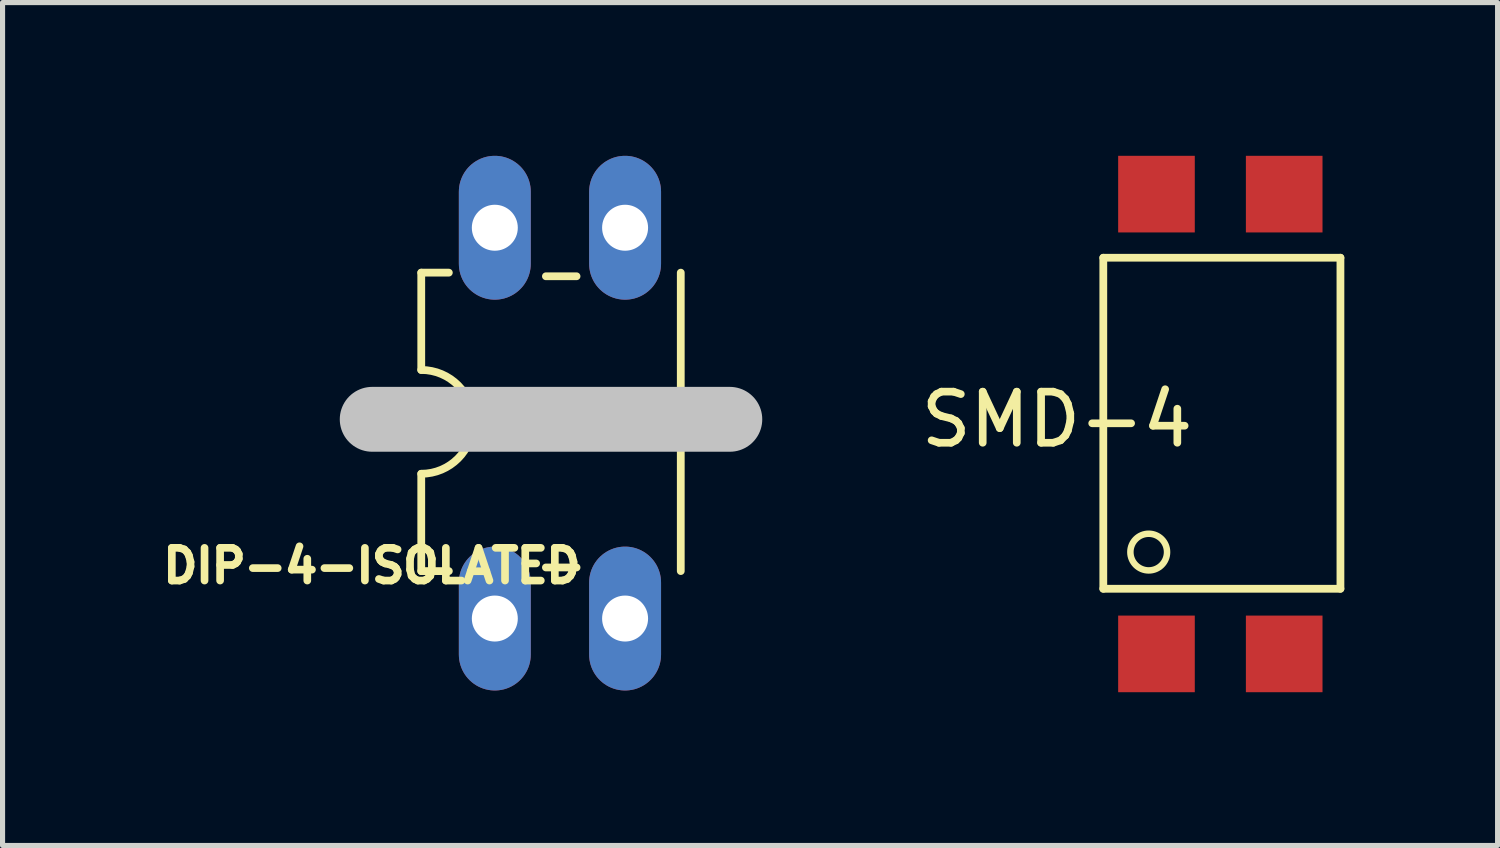
<source format=kicad_pcb>
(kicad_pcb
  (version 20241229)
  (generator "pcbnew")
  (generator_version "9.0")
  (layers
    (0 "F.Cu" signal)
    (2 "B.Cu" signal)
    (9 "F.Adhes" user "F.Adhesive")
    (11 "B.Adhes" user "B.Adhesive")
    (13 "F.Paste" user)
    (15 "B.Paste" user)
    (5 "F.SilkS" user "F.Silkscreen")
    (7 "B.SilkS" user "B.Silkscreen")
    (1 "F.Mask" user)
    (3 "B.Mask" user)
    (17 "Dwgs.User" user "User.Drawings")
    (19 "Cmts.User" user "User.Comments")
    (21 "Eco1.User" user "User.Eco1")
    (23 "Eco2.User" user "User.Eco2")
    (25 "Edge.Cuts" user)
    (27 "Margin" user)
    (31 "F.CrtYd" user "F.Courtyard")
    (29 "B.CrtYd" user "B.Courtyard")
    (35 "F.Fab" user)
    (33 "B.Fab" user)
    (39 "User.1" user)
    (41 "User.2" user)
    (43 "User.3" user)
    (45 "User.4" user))
  (footprint "DIP-4-ISOLATED"
    (layer "F.Cu")
    (at 6.636 9.058)
    (property "Reference" "DIP-4-ISOLATED" (at -2.406 -1.032 180) (layer "F.SilkS") (effects (font (size 0.64 0.64) (thickness 0.15))))
    (attr through_hole)
    (fp_line (start -1.44 -6.771) (end -1.44 -4.866) (stroke (width 0.152) (type solid)) (layer "F.SilkS"))
    (fp_line (start -1.44 -0.929) (end -1.44 -2.834) (stroke (width 0.152) (type solid)) (layer "F.SilkS"))
    (fp_line (start -0.9 -6.771) (end -1.44 -6.771) (stroke (width 0.152) (type solid)) (layer "F.SilkS"))
    (fp_line (start -0.9 -0.929) (end -1.44 -0.929) (stroke (width 0.152) (type solid)) (layer "F.SilkS"))
    (fp_line (start 1.6 -6.7) (end 1 -6.7) (stroke (width 0.152) (type solid)) (layer "F.SilkS"))
    (fp_line (start 1.6 -1) (end 1 -1) (stroke (width 0.152) (type solid)) (layer "F.SilkS"))
    (fp_line (start 3.64 -0.929) (end 3.64 -6.771) (stroke (width 0.152) (type solid)) (layer "F.SilkS"))
    (fp_arc (start -1.44 -4.866) (mid -0.424 -3.85) (end -1.44 -2.834) (stroke (width 0.1524) (type solid)) (layer "F.SilkS"))
    (fp_line (start -2.4 -3.9) (end 4.6 -3.9) (stroke (width 1.27) (type solid)) (layer "Dwgs.User"))
    (pad "P$1" thru_hole oval (at 0 0) (size 1.408 2.816) (drill 0.9) (layers "*.Cu" "*.Mask"))
    (pad "P$2" thru_hole oval (at 2.55 0) (size 1.408 2.816) (drill 0.9) (layers "*.Cu" "*.Mask"))
    (pad "P$3" thru_hole oval (at 2.55 -7.65) (size 1.408 2.816) (drill 0.9) (layers "*.Cu" "*.Mask"))
    (pad "P$4" thru_hole oval (at 0 -7.65) (size 1.408 2.816) (drill 0.9) (layers "*.Cu" "*.Mask")))
  (footprint "SMD-4"
    (layer "F.Cu")
    (at 20.838 5.25)
    (property "Reference" "SMD-4" (at -3.199 -0.088 180) (layer "F.SilkS") (effects (font (size 1 1) (thickness 0.15))))
    (attr smd)
    (fp_line (start -2.291 -3.255) (end -2.291 3.225) (stroke (width 0.152) (type solid)) (layer "F.SilkS"))
    (fp_line (start 2.351 -3.255) (end -2.291 -3.255) (stroke (width 0.152) (type solid)) (layer "F.SilkS"))
    (fp_line (start 2.351 3.225) (end -2.291 3.225) (stroke (width 0.152) (type solid)) (layer "F.SilkS"))
    (fp_line (start 2.351 3.225) (end 2.351 -3.255) (stroke (width 0.152) (type solid)) (layer "F.SilkS"))
    (fp_circle (center -1.402 2.507) (end -1.043 2.507) (stroke (width 0.127) (type solid)) (fill no) (layer "F.SilkS"))
    (pad "1" smd rect (at -1.25 4.5) (size 1.5 1.5) (layers "F.Cu" "F.Mask" "F.Paste"))
    (pad "2" smd rect (at 1.25 4.5) (size 1.5 1.5) (layers "F.Cu" "F.Mask" "F.Paste"))
    (pad "3" smd rect (at 1.25 -4.5) (size 1.5 1.5) (layers "F.Cu" "F.Mask" "F.Paste"))
    (pad "4" smd rect (at -1.25 -4.5) (size 1.5 1.5) (layers "F.Cu" "F.Mask" "F.Paste")))
  (gr_rect
    (start -3 -3)
    (end 26.265 13.5)
    (stroke (width 0.1) (type default))
    (fill no)
    (layer "Edge.Cuts")))
</source>
